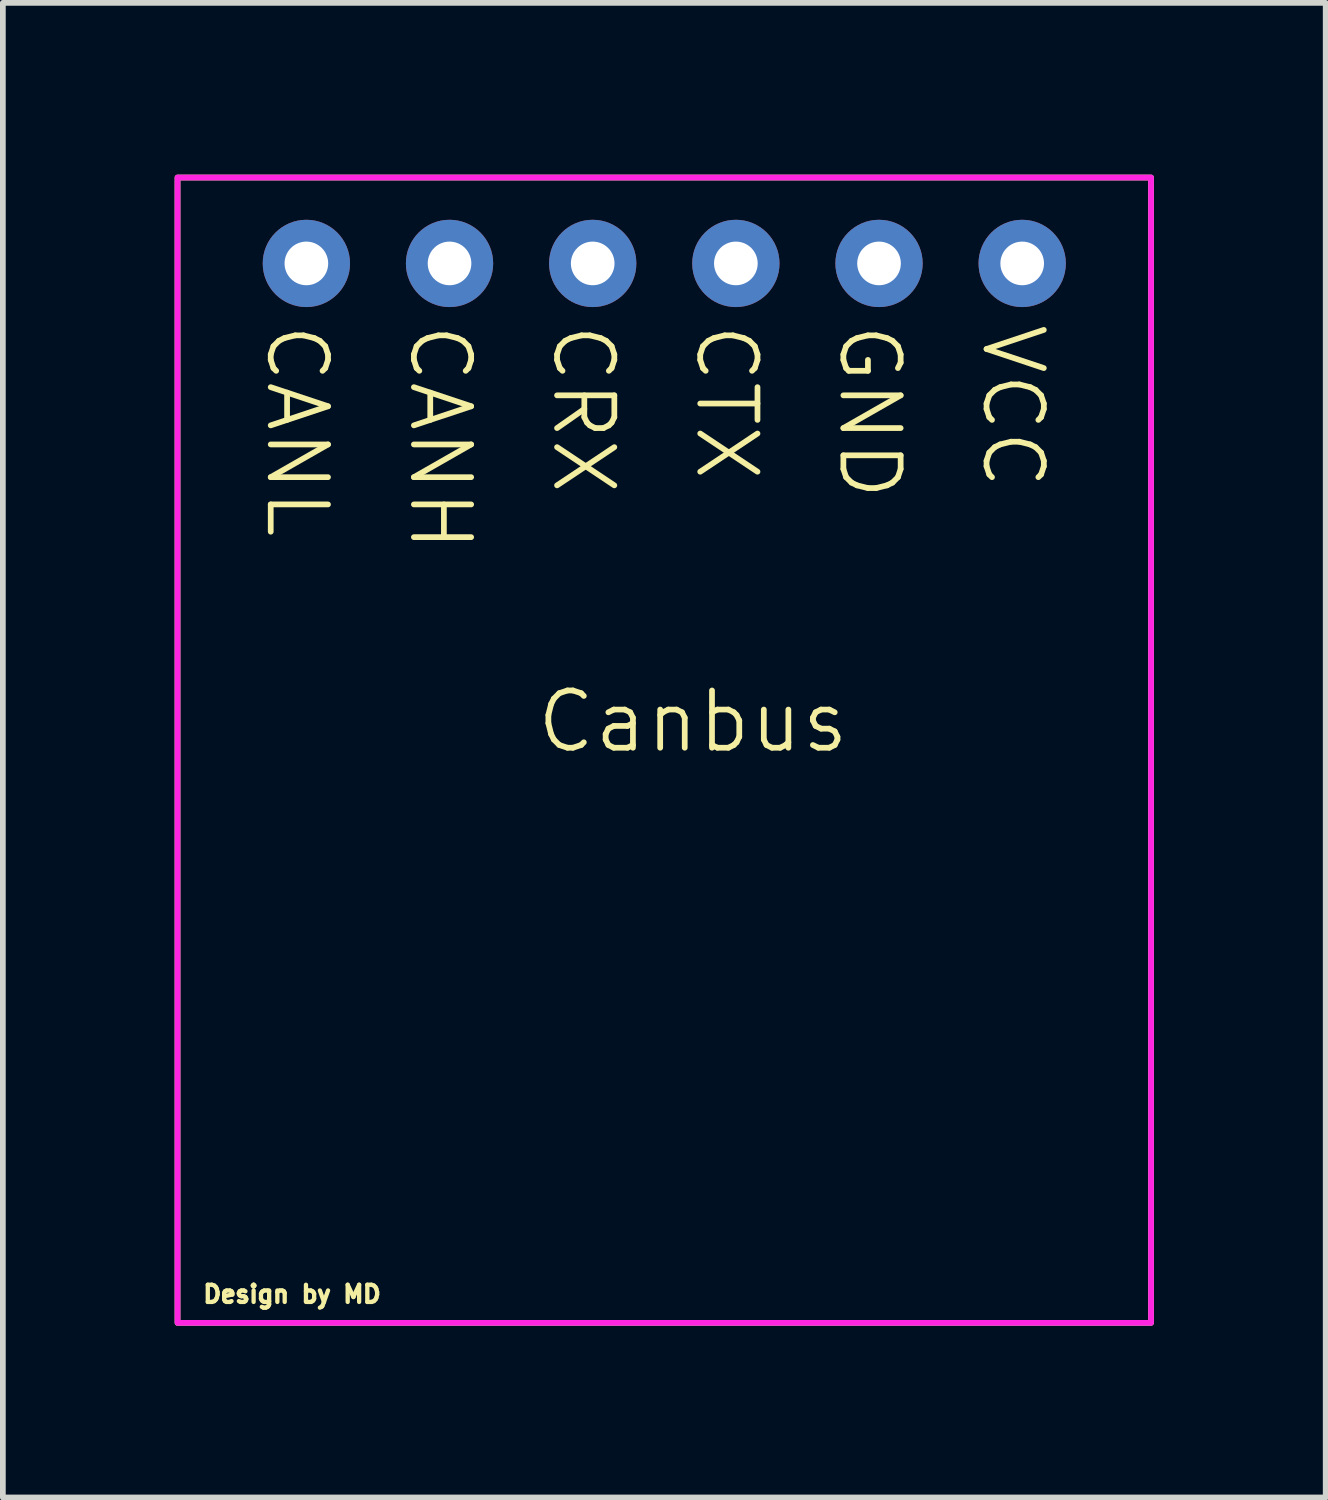
<source format=kicad_pcb>
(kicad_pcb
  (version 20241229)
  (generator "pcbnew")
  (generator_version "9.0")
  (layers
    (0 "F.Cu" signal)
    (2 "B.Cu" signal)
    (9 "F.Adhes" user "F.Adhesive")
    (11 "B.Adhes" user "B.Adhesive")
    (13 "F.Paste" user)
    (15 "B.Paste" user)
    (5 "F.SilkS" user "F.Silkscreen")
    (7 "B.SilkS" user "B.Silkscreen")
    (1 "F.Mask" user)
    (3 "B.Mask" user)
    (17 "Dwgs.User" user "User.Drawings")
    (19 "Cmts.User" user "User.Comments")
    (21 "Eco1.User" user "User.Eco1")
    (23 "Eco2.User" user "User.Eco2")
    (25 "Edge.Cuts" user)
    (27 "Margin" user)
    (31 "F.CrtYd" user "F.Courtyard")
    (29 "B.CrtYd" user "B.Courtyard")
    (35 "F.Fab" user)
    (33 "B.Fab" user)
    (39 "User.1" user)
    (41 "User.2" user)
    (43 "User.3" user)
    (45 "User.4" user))
  (footprint "Canbus"
    (layer "F.Cu")
    (at 9.05 9.05)
    (property "Reference" "Canbus" (at 0 0.5 0) (unlocked yes) (layer "F.SilkS") (effects (font (size 1 1) (thickness 0.1))))
    (attr through_hole)
    (fp_rect (start -9 -9) (end 8 11) (stroke (width 0.1) (type default)) (fill no) (layer "F.SilkS"))
    (fp_rect (start -9 -9) (end 8 11) (stroke (width 0.1) (type default)) (fill no) (layer "F.CrtYd"))
    (fp_text user "GND" (at 2.5 -6.5 270) (unlocked yes) (layer "F.SilkS") (effects (font (size 1 1) (thickness 0.1)) (justify left bottom)))
    (fp_text user "CANL" (at -7.5 -6.5 270) (unlocked yes) (layer "F.SilkS") (effects (font (size 1 1) (thickness 0.1)) (justify left bottom)))
    (fp_text user "CANH" (at -5 -6.5 270) (unlocked yes) (layer "F.SilkS") (effects (font (size 1 1) (thickness 0.1)) (justify left bottom)))
    (fp_text user "Design by MD" (at -7 10.5 0) (unlocked yes) (layer "F.SilkS") (effects (font (size 0.3 0.3) (thickness 0.075))))
    (fp_text user "CRX" (at -2.5 -6.5 270) (unlocked yes) (layer "F.SilkS") (effects (font (size 1 1) (thickness 0.1)) (justify left bottom)))
    (fp_text user "VCC" (at 5 -6.5 270) (unlocked yes) (layer "F.SilkS") (effects (font (size 1 1) (thickness 0.1)) (justify left bottom)))
    (fp_text user "CTX" (at 0 -6.5 270) (unlocked yes) (layer "F.SilkS") (effects (font (size 1 1) (thickness 0.1)) (justify left bottom)))
    (pad "1" thru_hole circle (at -6.75 -7.5) (size 1.524 1.524) (drill 0.762) (layers "*.Cu" "*.Mask"))
    (pad "2" thru_hole circle (at -4.25 -7.5) (size 1.524 1.524) (drill 0.762) (layers "*.Cu" "*.Mask"))
    (pad "3" thru_hole circle (at -1.75 -7.5) (size 1.524 1.524) (drill 0.762) (layers "*.Cu" "*.Mask"))
    (pad "4" thru_hole circle (at 0.75 -7.5) (size 1.524 1.524) (drill 0.762) (layers "*.Cu" "*.Mask"))
    (pad "5" thru_hole circle (at 3.25 -7.5) (size 1.524 1.524) (drill 0.762) (layers "*.Cu" "*.Mask"))
    (pad "6" thru_hole circle (at 5.75 -7.5) (size 1.524 1.524) (drill 0.762) (layers "*.Cu" "*.Mask")))
  (gr_rect
    (start -3 -3)
    (end 20.1 23.1)
    (stroke (width 0.1) (type default))
    (fill no)
    (layer "Edge.Cuts")))
</source>
